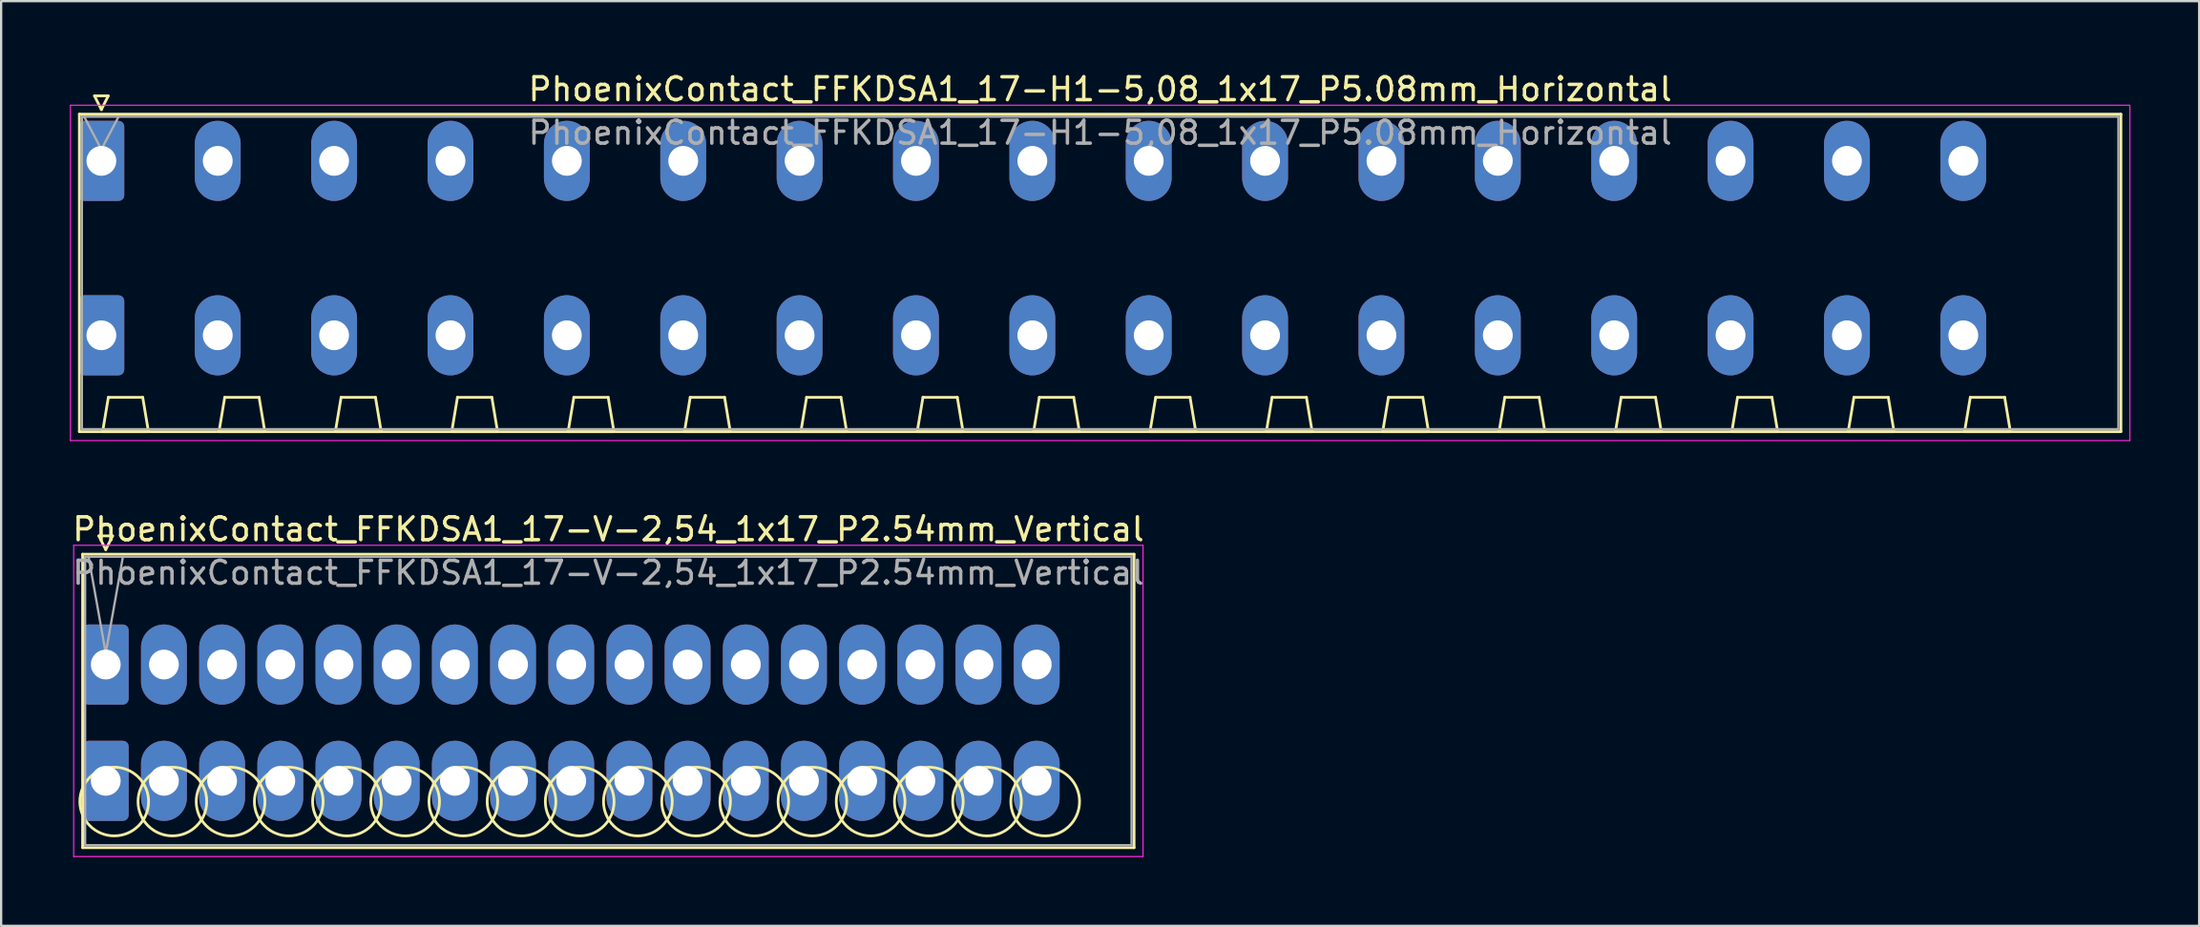
<source format=kicad_pcb>
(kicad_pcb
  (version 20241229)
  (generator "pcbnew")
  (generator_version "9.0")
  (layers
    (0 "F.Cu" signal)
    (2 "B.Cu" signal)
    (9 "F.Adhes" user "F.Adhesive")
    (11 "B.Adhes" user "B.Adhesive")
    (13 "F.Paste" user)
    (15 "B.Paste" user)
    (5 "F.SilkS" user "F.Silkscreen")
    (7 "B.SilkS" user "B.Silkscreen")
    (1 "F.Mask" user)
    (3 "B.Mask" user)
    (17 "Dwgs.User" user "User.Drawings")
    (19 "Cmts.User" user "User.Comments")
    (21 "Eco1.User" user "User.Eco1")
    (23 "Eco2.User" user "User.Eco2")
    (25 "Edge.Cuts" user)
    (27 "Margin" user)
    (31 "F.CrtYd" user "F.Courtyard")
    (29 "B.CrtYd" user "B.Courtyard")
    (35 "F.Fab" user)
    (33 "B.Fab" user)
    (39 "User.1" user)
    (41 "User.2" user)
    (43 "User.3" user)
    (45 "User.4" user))
  (footprint "PhoenixContact_FFKDSA1_17-H1-5,08_1x17_P5.08mm_Horizontal"
    (layer "F.Cu")
    (at 1.375 3.978)
    (property "Reference" "PhoenixContact_FFKDSA1_17-H1-5,08_1x17_P5.08mm_Horizontal" (at 43.6 -3.13 0) (layer "F.SilkS") (effects (font (size 1 1) (thickness 0.15))))
    (attr through_hole)
    (fp_line (start -0.96 -2.04) (end -0.96 11.83) (stroke (width 0.12) (type solid)) (layer "F.SilkS"))
    (fp_line (start -0.96 11.83) (end 88.16 11.83) (stroke (width 0.12) (type solid)) (layer "F.SilkS"))
    (fp_line (start -0.3 -2.84) (end 0.3 -2.84) (stroke (width 0.12) (type solid)) (layer "F.SilkS"))
    (fp_line (start 0 -2.24) (end -0.3 -2.84) (stroke (width 0.12) (type solid)) (layer "F.SilkS"))
    (fp_line (start 0.055 11.83) (end 2.055 11.83) (stroke (width 0.12) (type solid)) (layer "F.SilkS"))
    (fp_line (start 0.3 -2.84) (end 0 -2.24) (stroke (width 0.12) (type solid)) (layer "F.SilkS"))
    (fp_line (start 0.305 10.33) (end 0.055 11.83) (stroke (width 0.12) (type solid)) (layer "F.SilkS"))
    (fp_line (start 1.805 10.33) (end 0.305 10.33) (stroke (width 0.12) (type solid)) (layer "F.SilkS"))
    (fp_line (start 2.055 11.83) (end 1.805 10.33) (stroke (width 0.12) (type solid)) (layer "F.SilkS"))
    (fp_line (start 5.135 11.83) (end 7.135 11.83) (stroke (width 0.12) (type solid)) (layer "F.SilkS"))
    (fp_line (start 5.385 10.33) (end 5.135 11.83) (stroke (width 0.12) (type solid)) (layer "F.SilkS"))
    (fp_line (start 6.885 10.33) (end 5.385 10.33) (stroke (width 0.12) (type solid)) (layer "F.SilkS"))
    (fp_line (start 7.135 11.83) (end 6.885 10.33) (stroke (width 0.12) (type solid)) (layer "F.SilkS"))
    (fp_line (start 10.215 11.83) (end 12.215 11.83) (stroke (width 0.12) (type solid)) (layer "F.SilkS"))
    (fp_line (start 10.465 10.33) (end 10.215 11.83) (stroke (width 0.12) (type solid)) (layer "F.SilkS"))
    (fp_line (start 11.965 10.33) (end 10.465 10.33) (stroke (width 0.12) (type solid)) (layer "F.SilkS"))
    (fp_line (start 12.215 11.83) (end 11.965 10.33) (stroke (width 0.12) (type solid)) (layer "F.SilkS"))
    (fp_line (start 15.295 11.83) (end 17.295 11.83) (stroke (width 0.12) (type solid)) (layer "F.SilkS"))
    (fp_line (start 15.545 10.33) (end 15.295 11.83) (stroke (width 0.12) (type solid)) (layer "F.SilkS"))
    (fp_line (start 17.045 10.33) (end 15.545 10.33) (stroke (width 0.12) (type solid)) (layer "F.SilkS"))
    (fp_line (start 17.295 11.83) (end 17.045 10.33) (stroke (width 0.12) (type solid)) (layer "F.SilkS"))
    (fp_line (start 20.375 11.83) (end 22.375 11.83) (stroke (width 0.12) (type solid)) (layer "F.SilkS"))
    (fp_line (start 20.625 10.33) (end 20.375 11.83) (stroke (width 0.12) (type solid)) (layer "F.SilkS"))
    (fp_line (start 22.125 10.33) (end 20.625 10.33) (stroke (width 0.12) (type solid)) (layer "F.SilkS"))
    (fp_line (start 22.375 11.83) (end 22.125 10.33) (stroke (width 0.12) (type solid)) (layer "F.SilkS"))
    (fp_line (start 25.455 11.83) (end 27.455 11.83) (stroke (width 0.12) (type solid)) (layer "F.SilkS"))
    (fp_line (start 25.705 10.33) (end 25.455 11.83) (stroke (width 0.12) (type solid)) (layer "F.SilkS"))
    (fp_line (start 27.205 10.33) (end 25.705 10.33) (stroke (width 0.12) (type solid)) (layer "F.SilkS"))
    (fp_line (start 27.455 11.83) (end 27.205 10.33) (stroke (width 0.12) (type solid)) (layer "F.SilkS"))
    (fp_line (start 30.535 11.83) (end 32.535 11.83) (stroke (width 0.12) (type solid)) (layer "F.SilkS"))
    (fp_line (start 30.785 10.33) (end 30.535 11.83) (stroke (width 0.12) (type solid)) (layer "F.SilkS"))
    (fp_line (start 32.285 10.33) (end 30.785 10.33) (stroke (width 0.12) (type solid)) (layer "F.SilkS"))
    (fp_line (start 32.535 11.83) (end 32.285 10.33) (stroke (width 0.12) (type solid)) (layer "F.SilkS"))
    (fp_line (start 35.615 11.83) (end 37.615 11.83) (stroke (width 0.12) (type solid)) (layer "F.SilkS"))
    (fp_line (start 35.865 10.33) (end 35.615 11.83) (stroke (width 0.12) (type solid)) (layer "F.SilkS"))
    (fp_line (start 37.365 10.33) (end 35.865 10.33) (stroke (width 0.12) (type solid)) (layer "F.SilkS"))
    (fp_line (start 37.615 11.83) (end 37.365 10.33) (stroke (width 0.12) (type solid)) (layer "F.SilkS"))
    (fp_line (start 40.695 11.83) (end 42.695 11.83) (stroke (width 0.12) (type solid)) (layer "F.SilkS"))
    (fp_line (start 40.945 10.33) (end 40.695 11.83) (stroke (width 0.12) (type solid)) (layer "F.SilkS"))
    (fp_line (start 42.445 10.33) (end 40.945 10.33) (stroke (width 0.12) (type solid)) (layer "F.SilkS"))
    (fp_line (start 42.695 11.83) (end 42.445 10.33) (stroke (width 0.12) (type solid)) (layer "F.SilkS"))
    (fp_line (start 45.775 11.83) (end 47.775 11.83) (stroke (width 0.12) (type solid)) (layer "F.SilkS"))
    (fp_line (start 46.025 10.33) (end 45.775 11.83) (stroke (width 0.12) (type solid)) (layer "F.SilkS"))
    (fp_line (start 47.525 10.33) (end 46.025 10.33) (stroke (width 0.12) (type solid)) (layer "F.SilkS"))
    (fp_line (start 47.775 11.83) (end 47.525 10.33) (stroke (width 0.12) (type solid)) (layer "F.SilkS"))
    (fp_line (start 50.855 11.83) (end 52.855 11.83) (stroke (width 0.12) (type solid)) (layer "F.SilkS"))
    (fp_line (start 51.105 10.33) (end 50.855 11.83) (stroke (width 0.12) (type solid)) (layer "F.SilkS"))
    (fp_line (start 52.605 10.33) (end 51.105 10.33) (stroke (width 0.12) (type solid)) (layer "F.SilkS"))
    (fp_line (start 52.855 11.83) (end 52.605 10.33) (stroke (width 0.12) (type solid)) (layer "F.SilkS"))
    (fp_line (start 55.935 11.83) (end 57.935 11.83) (stroke (width 0.12) (type solid)) (layer "F.SilkS"))
    (fp_line (start 56.185 10.33) (end 55.935 11.83) (stroke (width 0.12) (type solid)) (layer "F.SilkS"))
    (fp_line (start 57.685 10.33) (end 56.185 10.33) (stroke (width 0.12) (type solid)) (layer "F.SilkS"))
    (fp_line (start 57.935 11.83) (end 57.685 10.33) (stroke (width 0.12) (type solid)) (layer "F.SilkS"))
    (fp_line (start 61.015 11.83) (end 63.015 11.83) (stroke (width 0.12) (type solid)) (layer "F.SilkS"))
    (fp_line (start 61.265 10.33) (end 61.015 11.83) (stroke (width 0.12) (type solid)) (layer "F.SilkS"))
    (fp_line (start 62.765 10.33) (end 61.265 10.33) (stroke (width 0.12) (type solid)) (layer "F.SilkS"))
    (fp_line (start 63.015 11.83) (end 62.765 10.33) (stroke (width 0.12) (type solid)) (layer "F.SilkS"))
    (fp_line (start 66.095 11.83) (end 68.095 11.83) (stroke (width 0.12) (type solid)) (layer "F.SilkS"))
    (fp_line (start 66.345 10.33) (end 66.095 11.83) (stroke (width 0.12) (type solid)) (layer "F.SilkS"))
    (fp_line (start 67.845 10.33) (end 66.345 10.33) (stroke (width 0.12) (type solid)) (layer "F.SilkS"))
    (fp_line (start 68.095 11.83) (end 67.845 10.33) (stroke (width 0.12) (type solid)) (layer "F.SilkS"))
    (fp_line (start 71.175 11.83) (end 73.175 11.83) (stroke (width 0.12) (type solid)) (layer "F.SilkS"))
    (fp_line (start 71.425 10.33) (end 71.175 11.83) (stroke (width 0.12) (type solid)) (layer "F.SilkS"))
    (fp_line (start 72.925 10.33) (end 71.425 10.33) (stroke (width 0.12) (type solid)) (layer "F.SilkS"))
    (fp_line (start 73.175 11.83) (end 72.925 10.33) (stroke (width 0.12) (type solid)) (layer "F.SilkS"))
    (fp_line (start 76.255 11.83) (end 78.255 11.83) (stroke (width 0.12) (type solid)) (layer "F.SilkS"))
    (fp_line (start 76.505 10.33) (end 76.255 11.83) (stroke (width 0.12) (type solid)) (layer "F.SilkS"))
    (fp_line (start 78.005 10.33) (end 76.505 10.33) (stroke (width 0.12) (type solid)) (layer "F.SilkS"))
    (fp_line (start 78.255 11.83) (end 78.005 10.33) (stroke (width 0.12) (type solid)) (layer "F.SilkS"))
    (fp_line (start 81.335 11.83) (end 83.335 11.83) (stroke (width 0.12) (type solid)) (layer "F.SilkS"))
    (fp_line (start 81.585 10.33) (end 81.335 11.83) (stroke (width 0.12) (type solid)) (layer "F.SilkS"))
    (fp_line (start 83.085 10.33) (end 81.585 10.33) (stroke (width 0.12) (type solid)) (layer "F.SilkS"))
    (fp_line (start 83.335 11.83) (end 83.085 10.33) (stroke (width 0.12) (type solid)) (layer "F.SilkS"))
    (fp_line (start 88.16 -2.04) (end -0.96 -2.04) (stroke (width 0.12) (type solid)) (layer "F.SilkS"))
    (fp_line (start 88.16 11.83) (end 88.16 -2.04) (stroke (width 0.12) (type solid)) (layer "F.SilkS"))
    (fp_line (start -1.35 -2.43) (end -1.35 12.22) (stroke (width 0.05) (type solid)) (layer "F.CrtYd"))
    (fp_line (start -1.35 12.22) (end 88.55 12.22) (stroke (width 0.05) (type solid)) (layer "F.CrtYd"))
    (fp_line (start 88.55 -2.43) (end -1.35 -2.43) (stroke (width 0.05) (type solid)) (layer "F.CrtYd"))
    (fp_line (start 88.55 12.22) (end 88.55 -2.43) (stroke (width 0.05) (type solid)) (layer "F.CrtYd"))
    (fp_line (start -0.85 -1.93) (end -0.85 11.72) (stroke (width 0.1) (type solid)) (layer "F.Fab"))
    (fp_line (start -0.85 11.72) (end 88.05 11.72) (stroke (width 0.1) (type solid)) (layer "F.Fab"))
    (fp_line (start 0 -0.5) (end -0.75 -1.93) (stroke (width 0.1) (type solid)) (layer "F.Fab"))
    (fp_line (start 0.75 -1.93) (end 0 -0.5) (stroke (width 0.1) (type solid)) (layer "F.Fab"))
    (fp_line (start 88.05 -1.93) (end -0.85 -1.93) (stroke (width 0.1) (type solid)) (layer "F.Fab"))
    (fp_line (start 88.05 11.72) (end 88.05 -1.93) (stroke (width 0.1) (type solid)) (layer "F.Fab"))
    (fp_text user "${REFERENCE}" (at 43.6 -1.23 0) (layer "F.Fab") (effects (font (size 1 1) (thickness 0.15))))
    (pad "1" thru_hole roundrect (at 0 0) (size 2 3.5) (drill 1.3) (layers "*.Cu" "*.Mask") (roundrect_rratio 0.125))
    (pad "1" thru_hole roundrect (at 0 7.62) (size 2 3.5) (drill 1.3) (layers "*.Cu" "*.Mask") (roundrect_rratio 0.125))
    (pad "2" thru_hole oval (at 5.08 0) (size 2 3.5) (drill 1.3) (layers "*.Cu" "*.Mask"))
    (pad "2" thru_hole oval (at 5.08 7.62) (size 2 3.5) (drill 1.3) (layers "*.Cu" "*.Mask"))
    (pad "3" thru_hole oval (at 10.16 0) (size 2 3.5) (drill 1.3) (layers "*.Cu" "*.Mask"))
    (pad "3" thru_hole oval (at 10.16 7.62) (size 2 3.5) (drill 1.3) (layers "*.Cu" "*.Mask"))
    (pad "4" thru_hole oval (at 15.24 0) (size 2 3.5) (drill 1.3) (layers "*.Cu" "*.Mask"))
    (pad "4" thru_hole oval (at 15.24 7.62) (size 2 3.5) (drill 1.3) (layers "*.Cu" "*.Mask"))
    (pad "5" thru_hole oval (at 20.32 0) (size 2 3.5) (drill 1.3) (layers "*.Cu" "*.Mask"))
    (pad "5" thru_hole oval (at 20.32 7.62) (size 2 3.5) (drill 1.3) (layers "*.Cu" "*.Mask"))
    (pad "6" thru_hole oval (at 25.4 0) (size 2 3.5) (drill 1.3) (layers "*.Cu" "*.Mask"))
    (pad "6" thru_hole oval (at 25.4 7.62) (size 2 3.5) (drill 1.3) (layers "*.Cu" "*.Mask"))
    (pad "7" thru_hole oval (at 30.48 0) (size 2 3.5) (drill 1.3) (layers "*.Cu" "*.Mask"))
    (pad "7" thru_hole oval (at 30.48 7.62) (size 2 3.5) (drill 1.3) (layers "*.Cu" "*.Mask"))
    (pad "8" thru_hole oval (at 35.56 0) (size 2 3.5) (drill 1.3) (layers "*.Cu" "*.Mask"))
    (pad "8" thru_hole oval (at 35.56 7.62) (size 2 3.5) (drill 1.3) (layers "*.Cu" "*.Mask"))
    (pad "9" thru_hole oval (at 40.64 0) (size 2 3.5) (drill 1.3) (layers "*.Cu" "*.Mask"))
    (pad "9" thru_hole oval (at 40.64 7.62) (size 2 3.5) (drill 1.3) (layers "*.Cu" "*.Mask"))
    (pad "10" thru_hole oval (at 45.72 0) (size 2 3.5) (drill 1.3) (layers "*.Cu" "*.Mask"))
    (pad "10" thru_hole oval (at 45.72 7.62) (size 2 3.5) (drill 1.3) (layers "*.Cu" "*.Mask"))
    (pad "11" thru_hole oval (at 50.8 0) (size 2 3.5) (drill 1.3) (layers "*.Cu" "*.Mask"))
    (pad "11" thru_hole oval (at 50.8 7.62) (size 2 3.5) (drill 1.3) (layers "*.Cu" "*.Mask"))
    (pad "12" thru_hole oval (at 55.88 0) (size 2 3.5) (drill 1.3) (layers "*.Cu" "*.Mask"))
    (pad "12" thru_hole oval (at 55.88 7.62) (size 2 3.5) (drill 1.3) (layers "*.Cu" "*.Mask"))
    (pad "13" thru_hole oval (at 60.96 0) (size 2 3.5) (drill 1.3) (layers "*.Cu" "*.Mask"))
    (pad "13" thru_hole oval (at 60.96 7.62) (size 2 3.5) (drill 1.3) (layers "*.Cu" "*.Mask"))
    (pad "14" thru_hole oval (at 66.04 0) (size 2 3.5) (drill 1.3) (layers "*.Cu" "*.Mask"))
    (pad "14" thru_hole oval (at 66.04 7.62) (size 2 3.5) (drill 1.3) (layers "*.Cu" "*.Mask"))
    (pad "15" thru_hole oval (at 71.12 0) (size 2 3.5) (drill 1.3) (layers "*.Cu" "*.Mask"))
    (pad "15" thru_hole oval (at 71.12 7.62) (size 2 3.5) (drill 1.3) (layers "*.Cu" "*.Mask"))
    (pad "16" thru_hole oval (at 76.2 0) (size 2 3.5) (drill 1.3) (layers "*.Cu" "*.Mask"))
    (pad "16" thru_hole oval (at 76.2 7.62) (size 2 3.5) (drill 1.3) (layers "*.Cu" "*.Mask"))
    (pad "17" thru_hole oval (at 81.28 0) (size 2 3.5) (drill 1.3) (layers "*.Cu" "*.Mask"))
    (pad "17" thru_hole oval (at 81.28 7.62) (size 2 3.5) (drill 1.3) (layers "*.Cu" "*.Mask")))
  (footprint "PhoenixContact_FFKDSA1_17-V-2,54_1x17_P2.54mm_Vertical"
    (layer "F.Cu")
    (at 1.566 25.982)
    (property "Reference" "PhoenixContact_FFKDSA1_17-V-2,54_1x17_P2.54mm_Vertical" (at 21.94 -5.91 0) (layer "F.SilkS") (effects (font (size 1 1) (thickness 0.15))))
    (attr through_hole)
    (fp_line (start -1.01 -4.82) (end -1.01 8) (stroke (width 0.12) (type solid)) (layer "F.SilkS"))
    (fp_line (start -1.01 8) (end 44.89 8) (stroke (width 0.12) (type solid)) (layer "F.SilkS"))
    (fp_line (start -0.3 -5.62) (end 0.3 -5.62) (stroke (width 0.12) (type solid)) (layer "F.SilkS"))
    (fp_line (start 0 -5.02) (end -0.3 -5.62) (stroke (width 0.12) (type solid)) (layer "F.SilkS"))
    (fp_line (start 0.3 -5.62) (end 0 -5.02) (stroke (width 0.12) (type solid)) (layer "F.SilkS"))
    (fp_line (start 44.89 -4.82) (end -1.01 -4.82) (stroke (width 0.12) (type solid)) (layer "F.SilkS"))
    (fp_line (start 44.89 8) (end 44.89 -4.82) (stroke (width 0.12) (type solid)) (layer "F.SilkS"))
    (fp_circle (center 0.37 5.985) (end 1.87 5.985) (stroke (width 0.12) (type solid)) (fill no) (layer "F.SilkS"))
    (fp_circle (center 2.91 5.985) (end 4.41 5.985) (stroke (width 0.12) (type solid)) (fill no) (layer "F.SilkS"))
    (fp_circle (center 5.45 5.985) (end 6.95 5.985) (stroke (width 0.12) (type solid)) (fill no) (layer "F.SilkS"))
    (fp_circle (center 7.99 5.985) (end 9.49 5.985) (stroke (width 0.12) (type solid)) (fill no) (layer "F.SilkS"))
    (fp_circle (center 10.53 5.985) (end 12.03 5.985) (stroke (width 0.12) (type solid)) (fill no) (layer "F.SilkS"))
    (fp_circle (center 13.07 5.985) (end 14.57 5.985) (stroke (width 0.12) (type solid)) (fill no) (layer "F.SilkS"))
    (fp_circle (center 15.61 5.985) (end 17.11 5.985) (stroke (width 0.12) (type solid)) (fill no) (layer "F.SilkS"))
    (fp_circle (center 18.15 5.985) (end 19.65 5.985) (stroke (width 0.12) (type solid)) (fill no) (layer "F.SilkS"))
    (fp_circle (center 20.69 5.985) (end 22.19 5.985) (stroke (width 0.12) (type solid)) (fill no) (layer "F.SilkS"))
    (fp_circle (center 23.23 5.985) (end 24.73 5.985) (stroke (width 0.12) (type solid)) (fill no) (layer "F.SilkS"))
    (fp_circle (center 25.77 5.985) (end 27.27 5.985) (stroke (width 0.12) (type solid)) (fill no) (layer "F.SilkS"))
    (fp_circle (center 28.31 5.985) (end 29.81 5.985) (stroke (width 0.12) (type solid)) (fill no) (layer "F.SilkS"))
    (fp_circle (center 30.85 5.985) (end 32.35 5.985) (stroke (width 0.12) (type solid)) (fill no) (layer "F.SilkS"))
    (fp_circle (center 33.39 5.985) (end 34.89 5.985) (stroke (width 0.12) (type solid)) (fill no) (layer "F.SilkS"))
    (fp_circle (center 35.93 5.985) (end 37.43 5.985) (stroke (width 0.12) (type solid)) (fill no) (layer "F.SilkS"))
    (fp_circle (center 38.47 5.985) (end 39.97 5.985) (stroke (width 0.12) (type solid)) (fill no) (layer "F.SilkS"))
    (fp_circle (center 41.01 5.985) (end 42.51 5.985) (stroke (width 0.12) (type solid)) (fill no) (layer "F.SilkS"))
    (fp_line (start -1.4 -5.21) (end -1.4 8.39) (stroke (width 0.05) (type solid)) (layer "F.CrtYd"))
    (fp_line (start -1.4 8.39) (end 45.28 8.39) (stroke (width 0.05) (type solid)) (layer "F.CrtYd"))
    (fp_line (start 45.28 -5.21) (end -1.4 -5.21) (stroke (width 0.05) (type solid)) (layer "F.CrtYd"))
    (fp_line (start 45.28 8.39) (end 45.28 -5.21) (stroke (width 0.05) (type solid)) (layer "F.CrtYd"))
    (fp_line (start -0.9 -4.71) (end -0.9 7.89) (stroke (width 0.1) (type solid)) (layer "F.Fab"))
    (fp_line (start -0.9 7.89) (end 44.78 7.89) (stroke (width 0.1) (type solid)) (layer "F.Fab"))
    (fp_line (start 0 -0.5) (end -0.75 -4.71) (stroke (width 0.1) (type solid)) (layer "F.Fab"))
    (fp_line (start 0.75 -4.71) (end 0 -0.5) (stroke (width 0.1) (type solid)) (layer "F.Fab"))
    (fp_line (start 44.78 -4.71) (end -0.9 -4.71) (stroke (width 0.1) (type solid)) (layer "F.Fab"))
    (fp_line (start 44.78 7.89) (end 44.78 -4.71) (stroke (width 0.1) (type solid)) (layer "F.Fab"))
    (fp_text user "${REFERENCE}" (at 21.94 -4.01 0) (layer "F.Fab") (effects (font (size 1 1) (thickness 0.15))))
    (pad "1" thru_hole roundrect (at 0 0) (size 2 3.5) (drill 1.3) (layers "*.Cu" "*.Mask") (roundrect_rratio 0.125))
    (pad "1" thru_hole roundrect (at 0 5.08) (size 2 3.5) (drill 1.3) (layers "*.Cu" "*.Mask") (roundrect_rratio 0.125))
    (pad "2" thru_hole oval (at 2.54 0) (size 2 3.5) (drill 1.3) (layers "*.Cu" "*.Mask"))
    (pad "2" thru_hole oval (at 2.54 5.08) (size 2 3.5) (drill 1.3) (layers "*.Cu" "*.Mask"))
    (pad "3" thru_hole oval (at 5.08 0) (size 2 3.5) (drill 1.3) (layers "*.Cu" "*.Mask"))
    (pad "3" thru_hole oval (at 5.08 5.08) (size 2 3.5) (drill 1.3) (layers "*.Cu" "*.Mask"))
    (pad "4" thru_hole oval (at 7.62 0) (size 2 3.5) (drill 1.3) (layers "*.Cu" "*.Mask"))
    (pad "4" thru_hole oval (at 7.62 5.08) (size 2 3.5) (drill 1.3) (layers "*.Cu" "*.Mask"))
    (pad "5" thru_hole oval (at 10.16 0) (size 2 3.5) (drill 1.3) (layers "*.Cu" "*.Mask"))
    (pad "5" thru_hole oval (at 10.16 5.08) (size 2 3.5) (drill 1.3) (layers "*.Cu" "*.Mask"))
    (pad "6" thru_hole oval (at 12.7 0) (size 2 3.5) (drill 1.3) (layers "*.Cu" "*.Mask"))
    (pad "6" thru_hole oval (at 12.7 5.08) (size 2 3.5) (drill 1.3) (layers "*.Cu" "*.Mask"))
    (pad "7" thru_hole oval (at 15.24 0) (size 2 3.5) (drill 1.3) (layers "*.Cu" "*.Mask"))
    (pad "7" thru_hole oval (at 15.24 5.08) (size 2 3.5) (drill 1.3) (layers "*.Cu" "*.Mask"))
    (pad "8" thru_hole oval (at 17.78 0) (size 2 3.5) (drill 1.3) (layers "*.Cu" "*.Mask"))
    (pad "8" thru_hole oval (at 17.78 5.08) (size 2 3.5) (drill 1.3) (layers "*.Cu" "*.Mask"))
    (pad "9" thru_hole oval (at 20.32 0) (size 2 3.5) (drill 1.3) (layers "*.Cu" "*.Mask"))
    (pad "9" thru_hole oval (at 20.32 5.08) (size 2 3.5) (drill 1.3) (layers "*.Cu" "*.Mask"))
    (pad "10" thru_hole oval (at 22.86 0) (size 2 3.5) (drill 1.3) (layers "*.Cu" "*.Mask"))
    (pad "10" thru_hole oval (at 22.86 5.08) (size 2 3.5) (drill 1.3) (layers "*.Cu" "*.Mask"))
    (pad "11" thru_hole oval (at 25.4 0) (size 2 3.5) (drill 1.3) (layers "*.Cu" "*.Mask"))
    (pad "11" thru_hole oval (at 25.4 5.08) (size 2 3.5) (drill 1.3) (layers "*.Cu" "*.Mask"))
    (pad "12" thru_hole oval (at 27.94 0) (size 2 3.5) (drill 1.3) (layers "*.Cu" "*.Mask"))
    (pad "12" thru_hole oval (at 27.94 5.08) (size 2 3.5) (drill 1.3) (layers "*.Cu" "*.Mask"))
    (pad "13" thru_hole oval (at 30.48 0) (size 2 3.5) (drill 1.3) (layers "*.Cu" "*.Mask"))
    (pad "13" thru_hole oval (at 30.48 5.08) (size 2 3.5) (drill 1.3) (layers "*.Cu" "*.Mask"))
    (pad "14" thru_hole oval (at 33.02 0) (size 2 3.5) (drill 1.3) (layers "*.Cu" "*.Mask"))
    (pad "14" thru_hole oval (at 33.02 5.08) (size 2 3.5) (drill 1.3) (layers "*.Cu" "*.Mask"))
    (pad "15" thru_hole oval (at 35.56 0) (size 2 3.5) (drill 1.3) (layers "*.Cu" "*.Mask"))
    (pad "15" thru_hole oval (at 35.56 5.08) (size 2 3.5) (drill 1.3) (layers "*.Cu" "*.Mask"))
    (pad "16" thru_hole oval (at 38.1 0) (size 2 3.5) (drill 1.3) (layers "*.Cu" "*.Mask"))
    (pad "16" thru_hole oval (at 38.1 5.08) (size 2 3.5) (drill 1.3) (layers "*.Cu" "*.Mask"))
    (pad "17" thru_hole oval (at 40.64 0) (size 2 3.5) (drill 1.3) (layers "*.Cu" "*.Mask"))
    (pad "17" thru_hole oval (at 40.64 5.08) (size 2 3.5) (drill 1.3) (layers "*.Cu" "*.Mask")))
  (gr_rect
    (start -3 -3)
    (end 92.95 37.397)
    (stroke (width 0.1) (type default))
    (fill no)
    (layer "Edge.Cuts")))
</source>
